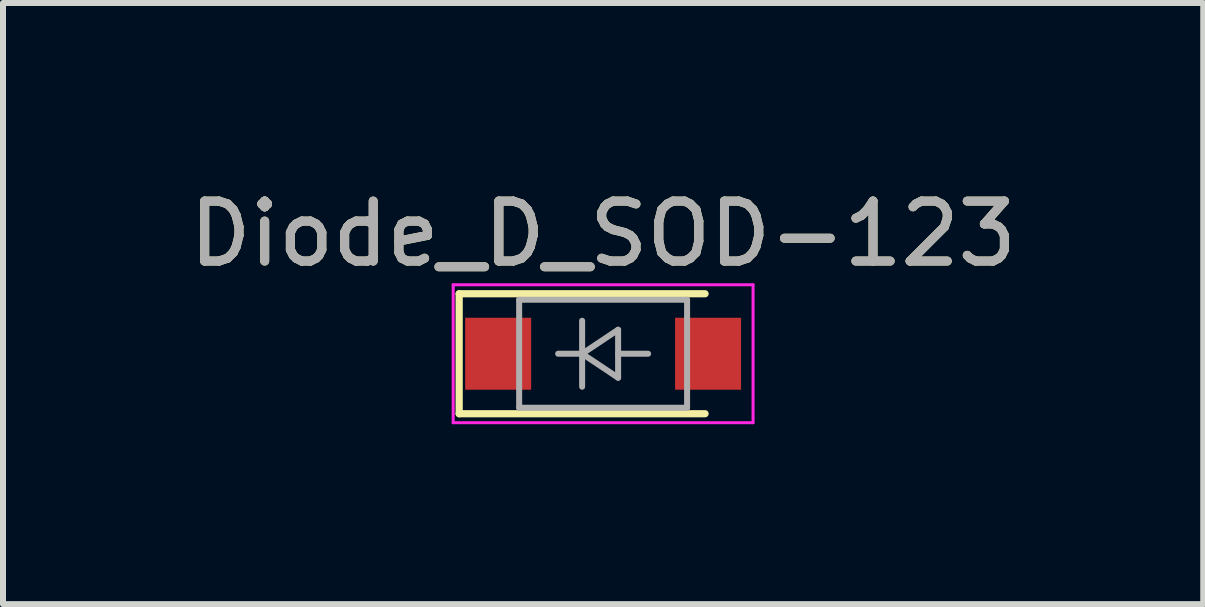
<source format=kicad_pcb>
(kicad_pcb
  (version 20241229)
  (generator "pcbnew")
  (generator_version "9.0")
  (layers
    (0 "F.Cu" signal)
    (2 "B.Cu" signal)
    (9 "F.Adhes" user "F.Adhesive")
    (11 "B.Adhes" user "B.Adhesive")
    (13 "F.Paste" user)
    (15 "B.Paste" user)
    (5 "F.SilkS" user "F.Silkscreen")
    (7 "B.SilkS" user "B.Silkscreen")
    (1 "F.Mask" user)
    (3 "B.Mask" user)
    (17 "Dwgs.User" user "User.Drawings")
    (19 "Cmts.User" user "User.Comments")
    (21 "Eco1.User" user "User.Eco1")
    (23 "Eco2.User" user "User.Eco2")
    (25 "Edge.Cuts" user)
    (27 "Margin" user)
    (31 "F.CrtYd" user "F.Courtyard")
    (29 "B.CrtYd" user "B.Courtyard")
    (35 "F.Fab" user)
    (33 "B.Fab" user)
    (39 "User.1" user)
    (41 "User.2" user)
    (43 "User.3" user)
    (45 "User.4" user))
  (footprint "Diode_D_SOD-123"
    (layer "F.Cu")
    (at 7.006 2.848)
    (property "Reference" "Diode_D_SOD-123" (at 0 -2 0) (layer "F.SilkS") (effects (font (size 1 1) (thickness 0.15))))
    (attr smd)
    (fp_line (start -2.4 -1) (end -2.4 1) (stroke (width 0.12) (type solid)) (layer "F.SilkS"))
    (fp_line (start -2.4 -1) (end 1.7 -1) (stroke (width 0.12) (type solid)) (layer "F.SilkS"))
    (fp_line (start -2.4 1) (end 1.7 1) (stroke (width 0.12) (type solid)) (layer "F.SilkS"))
    (fp_line (start -2.5 -1.15) (end -2.5 1.15) (stroke (width 0.05) (type solid)) (layer "F.CrtYd"))
    (fp_line (start -2.5 -1.15) (end 2.5 -1.15) (stroke (width 0.05) (type solid)) (layer "F.CrtYd"))
    (fp_line (start 2.5 -1.15) (end 2.5 1.15) (stroke (width 0.05) (type solid)) (layer "F.CrtYd"))
    (fp_line (start 2.5 1.15) (end -2.5 1.15) (stroke (width 0.05) (type solid)) (layer "F.CrtYd"))
    (fp_line (start -1.4 -0.9) (end 1.4 -0.9) (stroke (width 0.1) (type solid)) (layer "F.Fab"))
    (fp_line (start -1.4 0.9) (end -1.4 -0.9) (stroke (width 0.1) (type solid)) (layer "F.Fab"))
    (fp_line (start -0.75 0) (end -0.35 0) (stroke (width 0.1) (type solid)) (layer "F.Fab"))
    (fp_line (start -0.35 0) (end -0.35 -0.55) (stroke (width 0.1) (type solid)) (layer "F.Fab"))
    (fp_line (start -0.35 0) (end -0.35 0.55) (stroke (width 0.1) (type solid)) (layer "F.Fab"))
    (fp_line (start -0.35 0) (end 0.25 -0.4) (stroke (width 0.1) (type solid)) (layer "F.Fab"))
    (fp_line (start 0.25 -0.4) (end 0.25 0.4) (stroke (width 0.1) (type solid)) (layer "F.Fab"))
    (fp_line (start 0.25 0) (end 0.75 0) (stroke (width 0.1) (type solid)) (layer "F.Fab"))
    (fp_line (start 0.25 0.4) (end -0.35 0) (stroke (width 0.1) (type solid)) (layer "F.Fab"))
    (fp_line (start 1.4 -0.9) (end 1.4 0.9) (stroke (width 0.1) (type solid)) (layer "F.Fab"))
    (fp_line (start 1.4 0.9) (end -1.4 0.9) (stroke (width 0.1) (type solid)) (layer "F.Fab"))
    (fp_text user "${REFERENCE}" (at 0 -2 0) (layer "F.Fab") (effects (font (size 1 1) (thickness 0.15))))
    (pad "1" smd rect (at -1.75 0) (size 1.1 1.2) (layers "F.Cu" "F.Mask" "F.Paste"))
    (pad "2" smd rect (at 1.75 0) (size 1.1 1.2) (layers "F.Cu" "F.Mask" "F.Paste")))
  (gr_rect
    (start -3 -3)
    (end 17.012 7.023)
    (stroke (width 0.1) (type default))
    (fill no)
    (layer "Edge.Cuts")))
</source>
